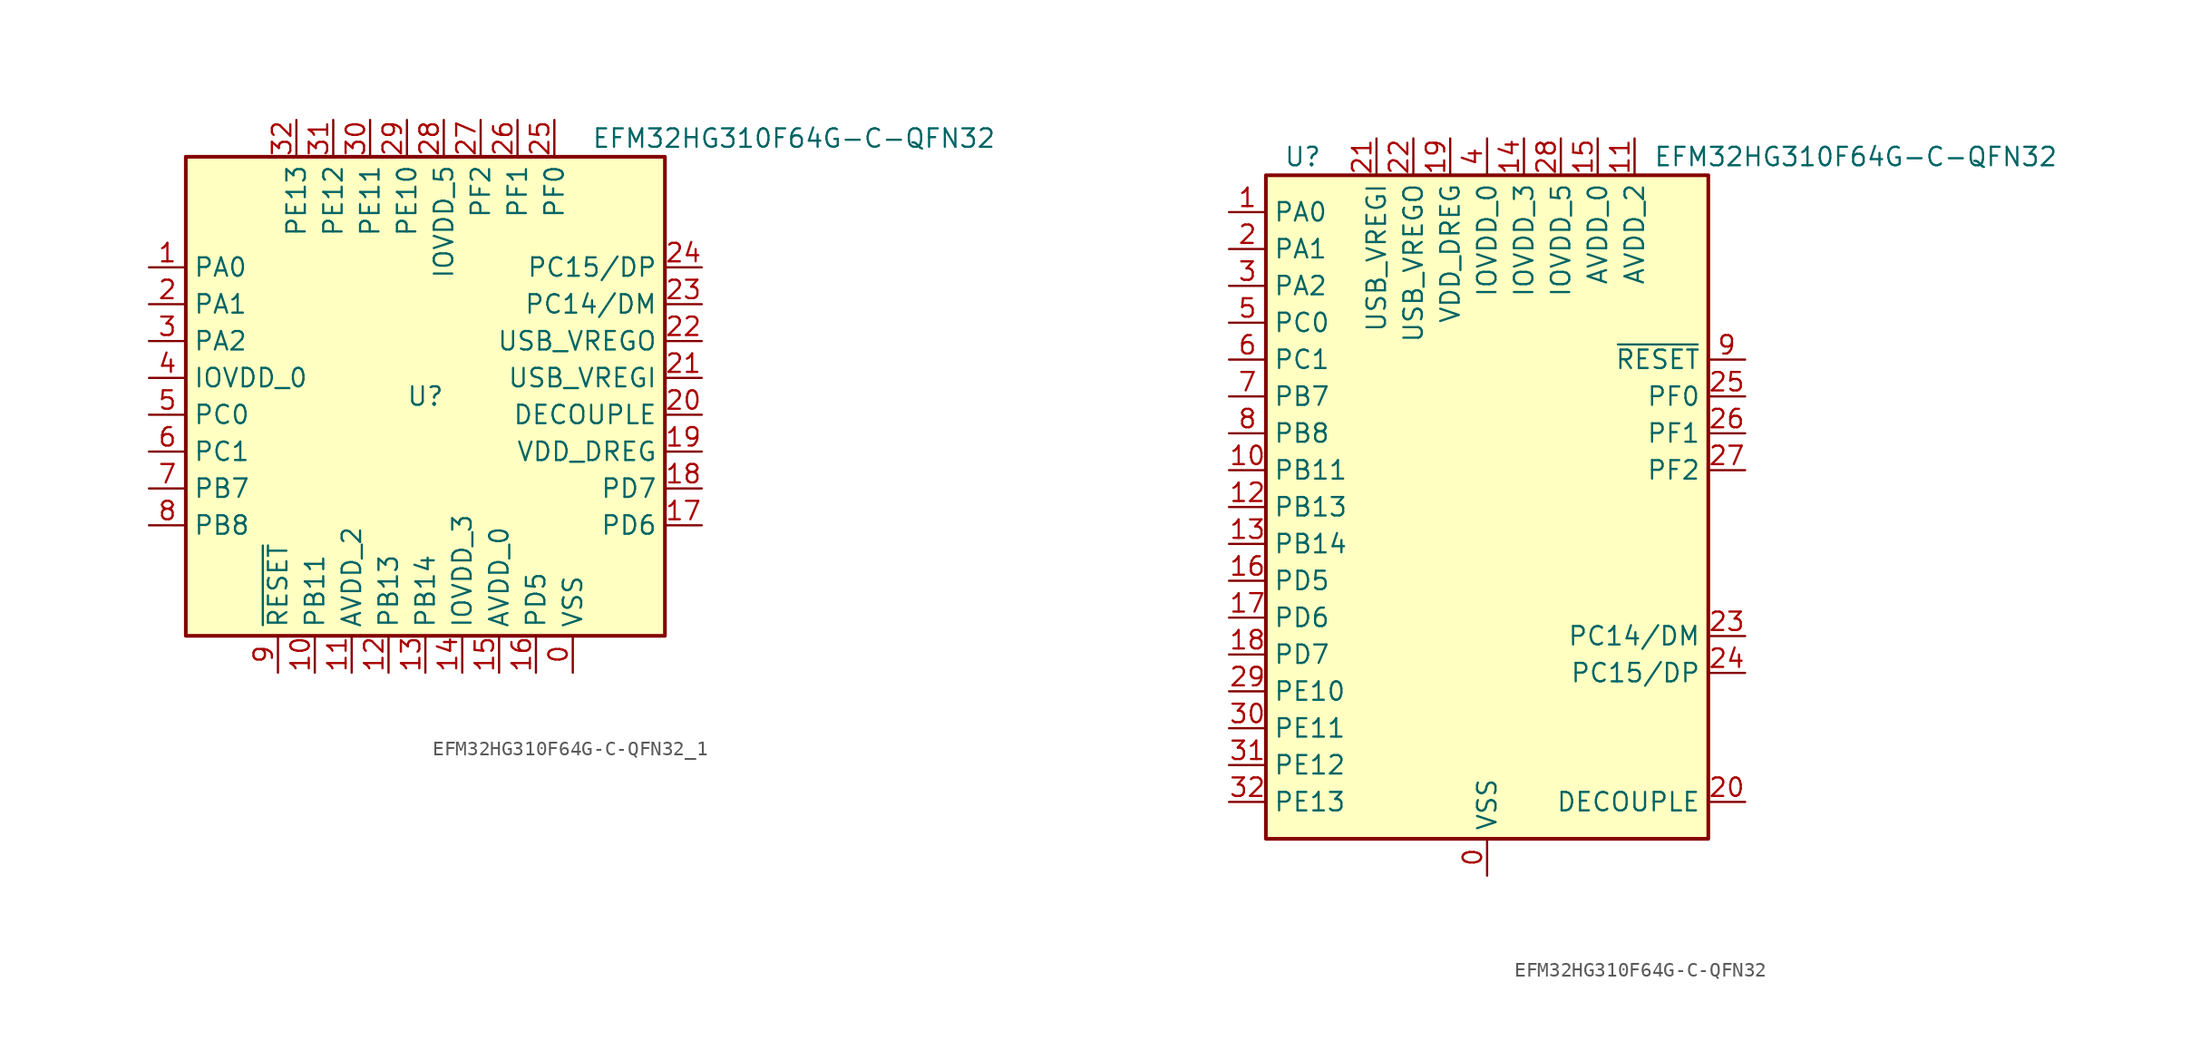
<source format=kicad_sym>
(kicad_symbol_lib
  (version 20220914)
  (generator kicad_symbol_editor)
  (symbol "EFM32HG310F64G-C-QFN32_1"
    (property "Reference" "U"
      (at 0 0 0)
      (effects (font (size 1.27 1.27))))
    (property "Value" "EFM32HG310F64G-C-QFN32"
      (at 25.4 17.78 0)
      (effects (font (size 1.27 1.27))))
    (symbol "EFM32HG310F64G-C-QFN32_1_0_1"
      (rectangle (start -16.51 16.51) (end 16.51 -16.51) (stroke (width 0.254) (type solid)) (fill (type background))))
    (symbol "EFM32HG310F64G-C-QFN32_1_1_1"
      (pin power_in line (at 10.16 -19.05 90) (length 2.54) (name "VSS" (effects (font (size 1.27 1.27)))) (number "0" (effects (font (size 1.27 1.27)))))
      (pin bidirectional line (at -19.05 8.89 0) (length 2.54) (name "PA0" (effects (font (size 1.27 1.27)))) (number "1" (effects (font (size 1.27 1.27)))))
      (pin bidirectional line (at -7.62 -19.05 90) (length 2.54) (name "PB11" (effects (font (size 1.27 1.27)))) (number "10" (effects (font (size 1.27 1.27)))))
      (pin power_in line (at -5.08 -19.05 90) (length 2.54) (name "AVDD_2" (effects (font (size 1.27 1.27)))) (number "11" (effects (font (size 1.27 1.27)))))
      (pin bidirectional line (at -2.54 -19.05 90) (length 2.54) (name "PB13" (effects (font (size 1.27 1.27)))) (number "12" (effects (font (size 1.27 1.27)))))
      (pin bidirectional line (at 0 -19.05 90) (length 2.54) (name "PB14" (effects (font (size 1.27 1.27)))) (number "13" (effects (font (size 1.27 1.27)))))
      (pin power_in line (at 2.54 -19.05 90) (length 2.54) (name "IOVDD_3" (effects (font (size 1.27 1.27)))) (number "14" (effects (font (size 1.27 1.27)))))
      (pin power_in line (at 5.08 -19.05 90) (length 2.54) (name "AVDD_0" (effects (font (size 1.27 1.27)))) (number "15" (effects (font (size 1.27 1.27)))))
      (pin bidirectional line (at 7.62 -19.05 90) (length 2.54) (name "PD5" (effects (font (size 1.27 1.27)))) (number "16" (effects (font (size 1.27 1.27)))))
      (pin bidirectional line (at 19.05 -8.89 180) (length 2.54) (name "PD6" (effects (font (size 1.27 1.27)))) (number "17" (effects (font (size 1.27 1.27)))))
      (pin bidirectional line (at 19.05 -6.35 180) (length 2.54) (name "PD7" (effects (font (size 1.27 1.27)))) (number "18" (effects (font (size 1.27 1.27)))))
      (pin power_in line (at 19.05 -3.81 180) (length 2.54) (name "VDD_DREG" (effects (font (size 1.27 1.27)))) (number "19" (effects (font (size 1.27 1.27)))))
      (pin bidirectional line (at -19.05 6.35 0) (length 2.54) (name "PA1" (effects (font (size 1.27 1.27)))) (number "2" (effects (font (size 1.27 1.27)))))
      (pin passive line (at 19.05 -1.27 180) (length 2.54) (name "DECOUPLE" (effects (font (size 1.27 1.27)))) (number "20" (effects (font (size 1.27 1.27)))))
      (pin power_in line (at 19.05 1.27 180) (length 2.54) (name "USB_VREGI" (effects (font (size 1.27 1.27)))) (number "21" (effects (font (size 1.27 1.27)))))
      (pin power_out line (at 19.05 3.81 180) (length 2.54) (name "USB_VREGO" (effects (font (size 1.27 1.27)))) (number "22" (effects (font (size 1.27 1.27)))))
      (pin bidirectional line (at 19.05 6.35 180) (length 2.54) (name "PC14/DM" (effects (font (size 1.27 1.27)))) (number "23" (effects (font (size 1.27 1.27)))))
      (pin bidirectional line (at 19.05 8.89 180) (length 2.54) (name "PC15/DP" (effects (font (size 1.27 1.27)))) (number "24" (effects (font (size 1.27 1.27)))))
      (pin bidirectional line (at 8.89 19.05 270) (length 2.54) (name "PF0" (effects (font (size 1.27 1.27)))) (number "25" (effects (font (size 1.27 1.27)))))
      (pin bidirectional line (at 6.35 19.05 270) (length 2.54) (name "PF1" (effects (font (size 1.27 1.27)))) (number "26" (effects (font (size 1.27 1.27)))))
      (pin bidirectional line (at 3.81 19.05 270) (length 2.54) (name "PF2" (effects (font (size 1.27 1.27)))) (number "27" (effects (font (size 1.27 1.27)))))
      (pin power_in line (at 1.27 19.05 270) (length 2.54) (name "IOVDD_5" (effects (font (size 1.27 1.27)))) (number "28" (effects (font (size 1.27 1.27)))))
      (pin bidirectional line (at -1.27 19.05 270) (length 2.54) (name "PE10" (effects (font (size 1.27 1.27)))) (number "29" (effects (font (size 1.27 1.27)))))
      (pin bidirectional line (at -19.05 3.81 0) (length 2.54) (name "PA2" (effects (font (size 1.27 1.27)))) (number "3" (effects (font (size 1.27 1.27)))))
      (pin bidirectional line (at -3.81 19.05 270) (length 2.54) (name "PE11" (effects (font (size 1.27 1.27)))) (number "30" (effects (font (size 1.27 1.27)))))
      (pin bidirectional line (at -6.35 19.05 270) (length 2.54) (name "PE12" (effects (font (size 1.27 1.27)))) (number "31" (effects (font (size 1.27 1.27)))))
      (pin bidirectional line (at -8.89 19.05 270) (length 2.54) (name "PE13" (effects (font (size 1.27 1.27)))) (number "32" (effects (font (size 1.27 1.27)))))
      (pin power_in line (at -19.05 1.27 0) (length 2.54) (name "IOVDD_0" (effects (font (size 1.27 1.27)))) (number "4" (effects (font (size 1.27 1.27)))))
      (pin bidirectional line (at -19.05 -1.27 0) (length 2.54) (name "PC0" (effects (font (size 1.27 1.27)))) (number "5" (effects (font (size 1.27 1.27)))))
      (pin bidirectional line (at -19.05 -3.81 0) (length 2.54) (name "PC1" (effects (font (size 1.27 1.27)))) (number "6" (effects (font (size 1.27 1.27)))))
      (pin bidirectional line (at -19.05 -6.35 0) (length 2.54) (name "PB7" (effects (font (size 1.27 1.27)))) (number "7" (effects (font (size 1.27 1.27)))))
      (pin bidirectional line (at -19.05 -8.89 0) (length 2.54) (name "PB8" (effects (font (size 1.27 1.27)))) (number "8" (effects (font (size 1.27 1.27)))))
      (pin input line (at -10.16 -19.05 90) (length 2.54) (name "~{RESET}" (effects (font (size 1.27 1.27)))) (number "9" (effects (font (size 1.27 1.27)))))))
  (symbol "EFM32HG310F64G-C-QFN32"
    (property "Reference" "U"
      (at -12.7 24.13 0)
      (effects (font (size 1.27 1.27))))
    (property "Value" "EFM32HG310F64G-C-QFN32"
      (at 25.4 24.13 0)
      (effects (font (size 1.27 1.27))))
    (symbol "EFM32HG310F64G-C-QFN32_0_1"
      (rectangle (start -15.24 22.86) (end 15.24 -22.86) (stroke (width 0.254) (type solid)) (fill (type background))))
    (symbol "EFM32HG310F64G-C-QFN32_1_1"
      (pin power_in line (at 0 -25.4 90) (length 2.54) (name "VSS" (effects (font (size 1.27 1.27)))) (number "0" (effects (font (size 1.27 1.27)))))
      (pin bidirectional line (at -17.78 20.32 0) (length 2.54) (name "PA0" (effects (font (size 1.27 1.27)))) (number "1" (effects (font (size 1.27 1.27)))))
      (pin bidirectional line (at -17.78 2.54 0) (length 2.54) (name "PB11" (effects (font (size 1.27 1.27)))) (number "10" (effects (font (size 1.27 1.27)))))
      (pin power_in line (at 10.16 25.4 270) (length 2.54) (name "AVDD_2" (effects (font (size 1.27 1.27)))) (number "11" (effects (font (size 1.27 1.27)))))
      (pin bidirectional line (at -17.78 0 0) (length 2.54) (name "PB13" (effects (font (size 1.27 1.27)))) (number "12" (effects (font (size 1.27 1.27)))))
      (pin bidirectional line (at -17.78 -2.54 0) (length 2.54) (name "PB14" (effects (font (size 1.27 1.27)))) (number "13" (effects (font (size 1.27 1.27)))))
      (pin power_in line (at 2.54 25.4 270) (length 2.54) (name "IOVDD_3" (effects (font (size 1.27 1.27)))) (number "14" (effects (font (size 1.27 1.27)))))
      (pin power_in line (at 7.62 25.4 270) (length 2.54) (name "AVDD_0" (effects (font (size 1.27 1.27)))) (number "15" (effects (font (size 1.27 1.27)))))
      (pin bidirectional line (at -17.78 -5.08 0) (length 2.54) (name "PD5" (effects (font (size 1.27 1.27)))) (number "16" (effects (font (size 1.27 1.27)))))
      (pin bidirectional line (at -17.78 -7.62 0) (length 2.54) (name "PD6" (effects (font (size 1.27 1.27)))) (number "17" (effects (font (size 1.27 1.27)))))
      (pin bidirectional line (at -17.78 -10.16 0) (length 2.54) (name "PD7" (effects (font (size 1.27 1.27)))) (number "18" (effects (font (size 1.27 1.27)))))
      (pin power_in line (at -2.54 25.4 270) (length 2.54) (name "VDD_DREG" (effects (font (size 1.27 1.27)))) (number "19" (effects (font (size 1.27 1.27)))))
      (pin bidirectional line (at -17.78 17.78 0) (length 2.54) (name "PA1" (effects (font (size 1.27 1.27)))) (number "2" (effects (font (size 1.27 1.27)))))
      (pin passive line (at 17.78 -20.32 180) (length 2.54) (name "DECOUPLE" (effects (font (size 1.27 1.27)))) (number "20" (effects (font (size 1.27 1.27)))))
      (pin power_in line (at -7.62 25.4 270) (length 2.54) (name "USB_VREGI" (effects (font (size 1.27 1.27)))) (number "21" (effects (font (size 1.27 1.27)))))
      (pin power_out line (at -5.08 25.4 270) (length 2.54) (name "USB_VREGO" (effects (font (size 1.27 1.27)))) (number "22" (effects (font (size 1.27 1.27)))))
      (pin bidirectional line (at 17.78 -8.89 180) (length 2.54) (name "PC14/DM" (effects (font (size 1.27 1.27)))) (number "23" (effects (font (size 1.27 1.27)))))
      (pin bidirectional line (at 17.78 -11.43 180) (length 2.54) (name "PC15/DP" (effects (font (size 1.27 1.27)))) (number "24" (effects (font (size 1.27 1.27)))))
      (pin bidirectional line (at 17.78 7.62 180) (length 2.54) (name "PF0" (effects (font (size 1.27 1.27)))) (number "25" (effects (font (size 1.27 1.27)))))
      (pin bidirectional line (at 17.78 5.08 180) (length 2.54) (name "PF1" (effects (font (size 1.27 1.27)))) (number "26" (effects (font (size 1.27 1.27)))))
      (pin bidirectional line (at 17.78 2.54 180) (length 2.54) (name "PF2" (effects (font (size 1.27 1.27)))) (number "27" (effects (font (size 1.27 1.27)))))
      (pin power_in line (at 5.08 25.4 270) (length 2.54) (name "IOVDD_5" (effects (font (size 1.27 1.27)))) (number "28" (effects (font (size 1.27 1.27)))))
      (pin bidirectional line (at -17.78 -12.7 0) (length 2.54) (name "PE10" (effects (font (size 1.27 1.27)))) (number "29" (effects (font (size 1.27 1.27)))))
      (pin bidirectional line (at -17.78 15.24 0) (length 2.54) (name "PA2" (effects (font (size 1.27 1.27)))) (number "3" (effects (font (size 1.27 1.27)))))
      (pin bidirectional line (at -17.78 -15.24 0) (length 2.54) (name "PE11" (effects (font (size 1.27 1.27)))) (number "30" (effects (font (size 1.27 1.27)))))
      (pin bidirectional line (at -17.78 -17.78 0) (length 2.54) (name "PE12" (effects (font (size 1.27 1.27)))) (number "31" (effects (font (size 1.27 1.27)))))
      (pin bidirectional line (at -17.78 -20.32 0) (length 2.54) (name "PE13" (effects (font (size 1.27 1.27)))) (number "32" (effects (font (size 1.27 1.27)))))
      (pin power_in line (at 0 25.4 270) (length 2.54) (name "IOVDD_0" (effects (font (size 1.27 1.27)))) (number "4" (effects (font (size 1.27 1.27)))))
      (pin bidirectional line (at -17.78 12.7 0) (length 2.54) (name "PC0" (effects (font (size 1.27 1.27)))) (number "5" (effects (font (size 1.27 1.27)))))
      (pin bidirectional line (at -17.78 10.16 0) (length 2.54) (name "PC1" (effects (font (size 1.27 1.27)))) (number "6" (effects (font (size 1.27 1.27)))))
      (pin bidirectional line (at -17.78 7.62 0) (length 2.54) (name "PB7" (effects (font (size 1.27 1.27)))) (number "7" (effects (font (size 1.27 1.27)))))
      (pin bidirectional line (at -17.78 5.08 0) (length 2.54) (name "PB8" (effects (font (size 1.27 1.27)))) (number "8" (effects (font (size 1.27 1.27)))))
      (pin input line (at 17.78 10.16 180) (length 2.54) (name "~{RESET}" (effects (font (size 1.27 1.27)))) (number "9" (effects (font (size 1.27 1.27))))))))
</source>
